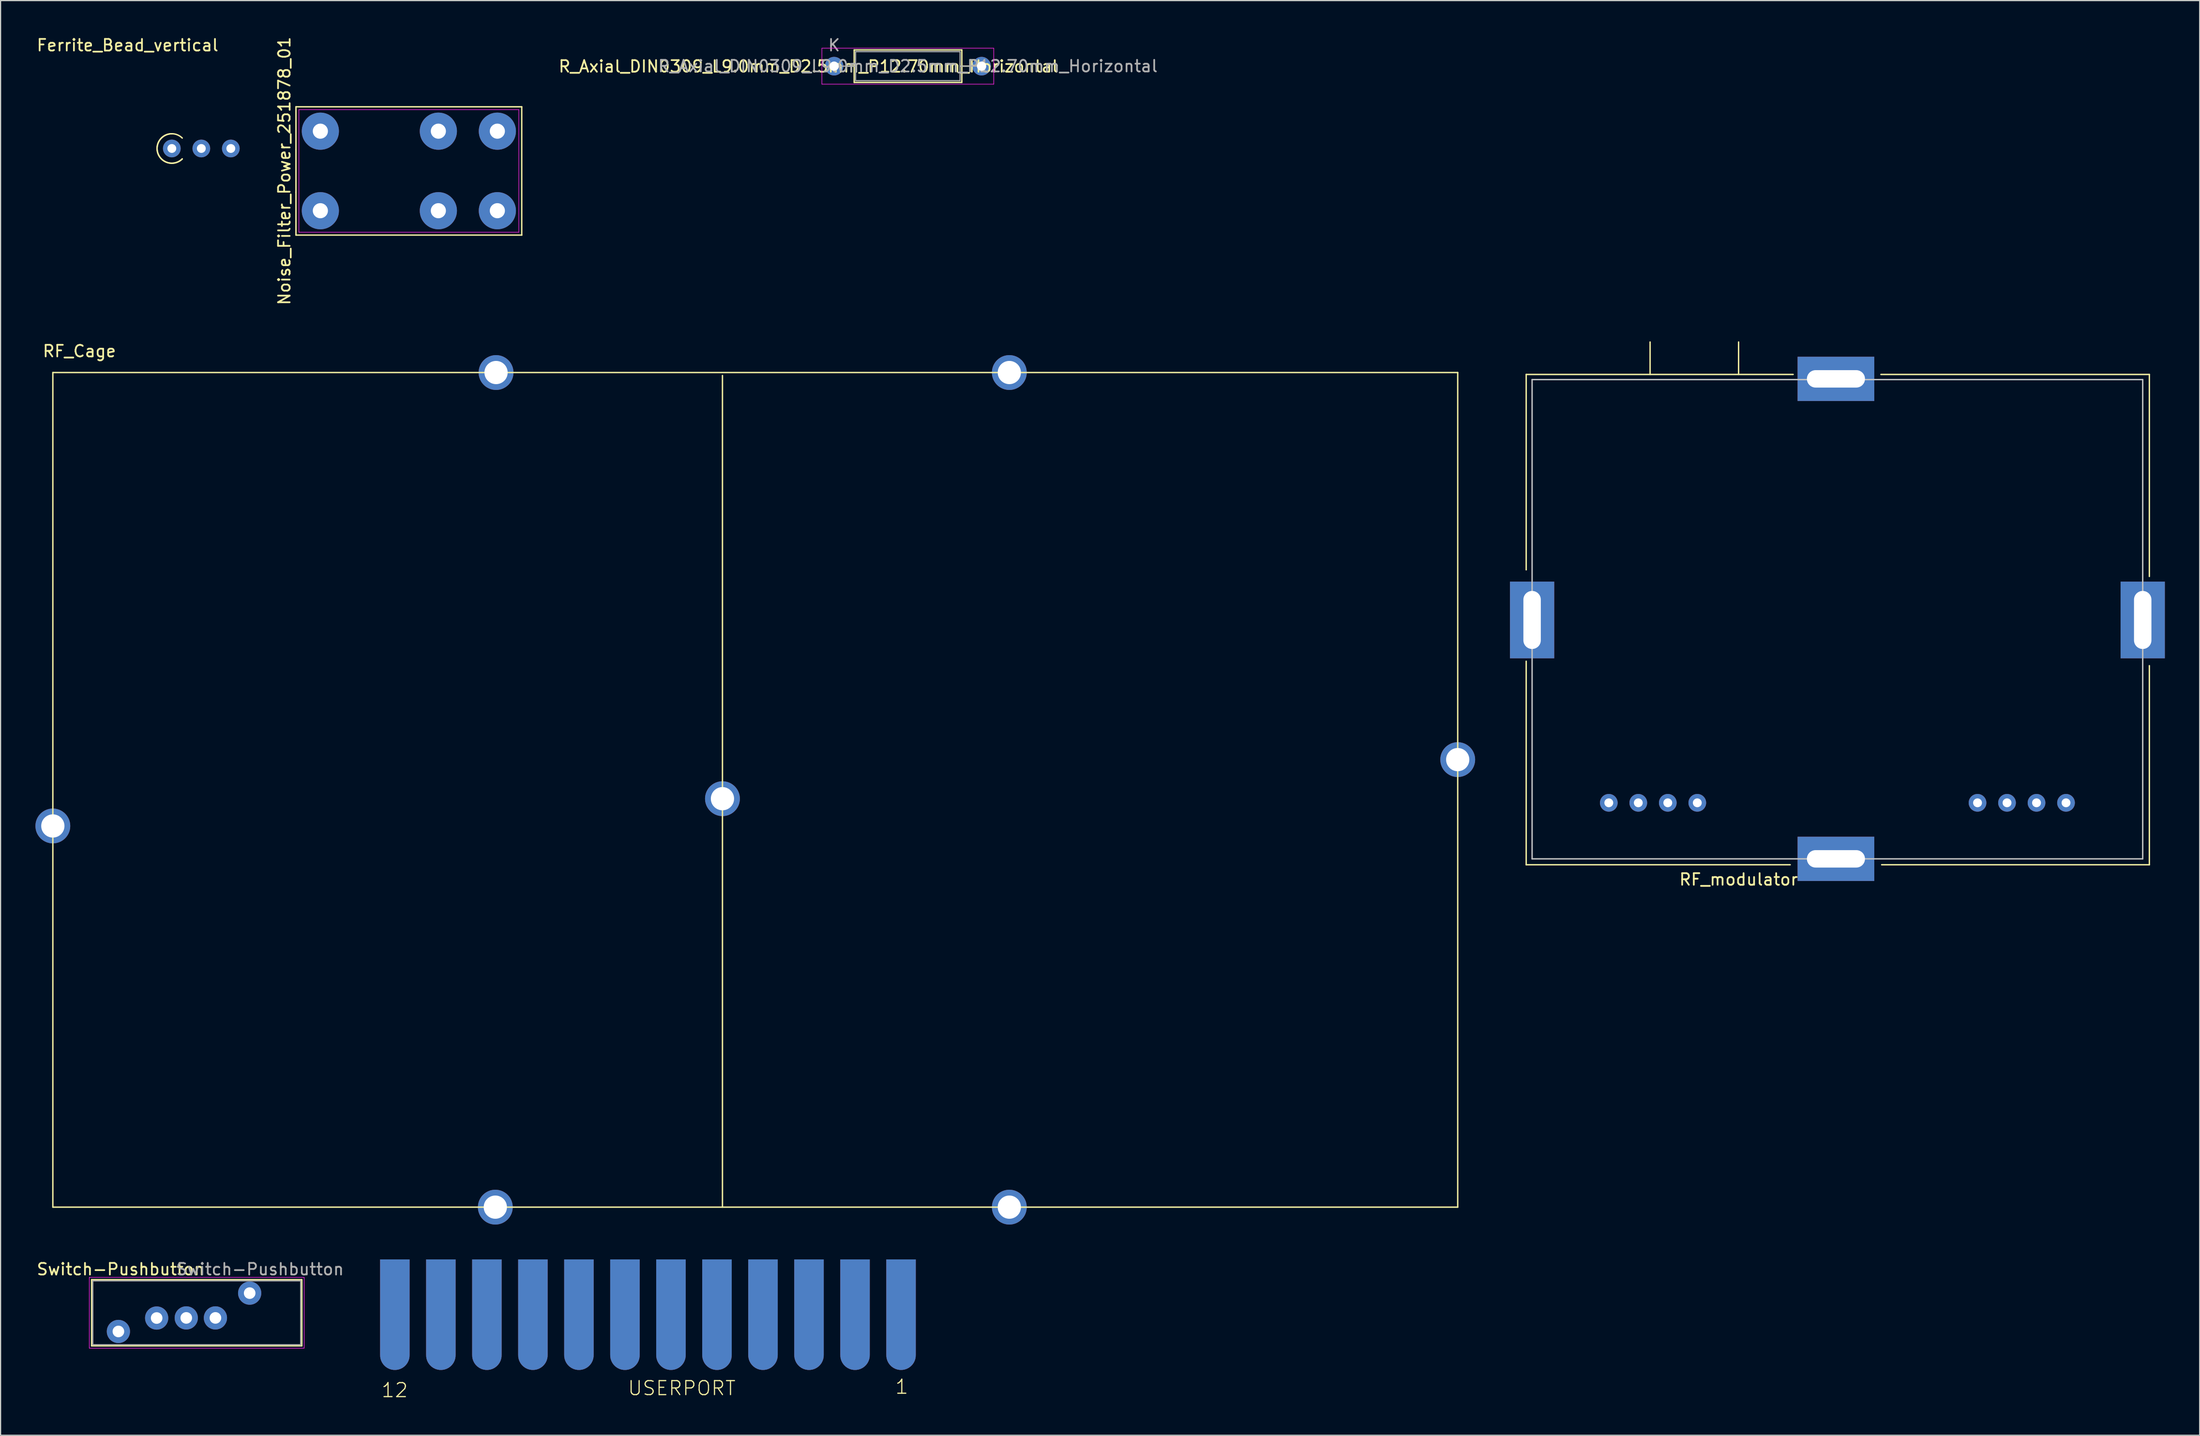
<source format=kicad_pcb>
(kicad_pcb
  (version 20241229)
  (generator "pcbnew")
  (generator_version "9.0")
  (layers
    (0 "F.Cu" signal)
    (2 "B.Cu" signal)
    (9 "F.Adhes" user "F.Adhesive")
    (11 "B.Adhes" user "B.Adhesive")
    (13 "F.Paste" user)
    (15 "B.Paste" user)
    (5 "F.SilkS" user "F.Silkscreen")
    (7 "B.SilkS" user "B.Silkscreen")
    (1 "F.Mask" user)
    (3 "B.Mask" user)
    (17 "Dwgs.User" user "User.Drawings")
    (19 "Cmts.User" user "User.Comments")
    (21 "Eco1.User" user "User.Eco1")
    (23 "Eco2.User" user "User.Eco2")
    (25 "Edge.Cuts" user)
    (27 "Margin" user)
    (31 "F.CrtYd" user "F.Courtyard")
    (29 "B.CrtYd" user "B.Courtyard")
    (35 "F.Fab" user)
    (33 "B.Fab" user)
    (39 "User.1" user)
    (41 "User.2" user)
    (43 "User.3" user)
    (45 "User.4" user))
  (footprint "Switch-Pushbutton"
    (layer "F.Cu")
    (at 9.939 109.465)
    (property "Reference" "Switch-Pushbutton" (at -2.6 -3.2 0) (layer "F.SilkS") (effects (font (size 1 1) (thickness 0.15))))
    (attr through_hole)
    (fp_line (start -5.1 -2.3) (end -5.1 3.4) (stroke (width 0.12) (type solid)) (layer "F.SilkS"))
    (fp_line (start -5.1 -2.3) (end 13 -2.3) (stroke (width 0.12) (type solid)) (layer "F.SilkS"))
    (fp_line (start -5.1 3.4) (end 13 3.4) (stroke (width 0.12) (type solid)) (layer "F.SilkS"))
    (fp_line (start 13 -2.3) (end 13 3.4) (stroke (width 0.12) (type solid)) (layer "F.SilkS"))
    (fp_line (start -5.3 -2.5) (end -5.3 3.6) (stroke (width 0.05) (type solid)) (layer "F.CrtYd"))
    (fp_line (start -5.3 3.6) (end 13.2 3.6) (stroke (width 0.05) (type solid)) (layer "F.CrtYd"))
    (fp_line (start 13.2 -2.5) (end -5.3 -2.5) (stroke (width 0.05) (type solid)) (layer "F.CrtYd"))
    (fp_line (start 13.2 3.6) (end 13.2 -2.5) (stroke (width 0.05) (type solid)) (layer "F.CrtYd"))
    (fp_line (start -5 -2.2) (end -5 3.3) (stroke (width 0.1) (type solid)) (layer "F.Fab"))
    (fp_line (start -5 3.3) (end 12.9 3.3) (stroke (width 0.1) (type solid)) (layer "F.Fab"))
    (fp_line (start 12.9 -2.2) (end -5 -2.2) (stroke (width 0.1) (type solid)) (layer "F.Fab"))
    (fp_line (start 12.9 3.3) (end 12.9 -2.2) (stroke (width 0.1) (type solid)) (layer "F.Fab"))
    (fp_text user "${REFERENCE}" (at 9.4 -3.2 0) (layer "F.Fab") (effects (font (size 1 1) (thickness 0.15))))
    (pad "0" thru_hole circle (at -2.794 2.159) (size 2 2) (drill 1) (layers "*.Cu" "*.Mask"))
    (pad "0" thru_hole circle (at 8.509 -1.143) (size 2 2) (drill 1) (layers "*.Cu" "*.Mask"))
    (pad "1" thru_hole circle (at 0.5 1.002) (size 2 2) (drill 1) (layers "*.Cu" "*.Mask"))
    (pad "2" thru_hole circle (at 3.05 0.992) (size 2 2) (drill 1) (layers "*.Cu" "*.Mask"))
    (pad "3" thru_hole circle (at 5.56 0.992) (size 2 2) (drill 1) (layers "*.Cu" "*.Mask")))
  (footprint "Noise_Filter_Power_251878_01"
    (layer "F.Cu")
    (at 32.155 11.673)
    (property "Reference" "Noise_Filter_Power_251878_01" (at -10.72 0 90) (layer "F.SilkS") (effects (font (size 1 1) (thickness 0.15))))
    (attr through_hole)
    (fp_line (start -9.72 -5.525) (end -9.72 -1.842) (stroke (width 0.12) (type solid)) (layer "F.SilkS"))
    (fp_line (start -9.72 -1.842) (end -9.72 1.842) (stroke (width 0.12) (type solid)) (layer "F.SilkS"))
    (fp_line (start -9.72 1.842) (end -9.72 5.525) (stroke (width 0.12) (type solid)) (layer "F.SilkS"))
    (fp_line (start -9.72 5.525) (end 9.72 5.525) (stroke (width 0.12) (type solid)) (layer "F.SilkS"))
    (fp_line (start 9.72 -5.525) (end -9.72 -5.525) (stroke (width 0.12) (type solid)) (layer "F.SilkS"))
    (fp_line (start 9.72 5.525) (end 9.72 -5.525) (stroke (width 0.12) (type solid)) (layer "F.SilkS"))
    (fp_line (start -9.47 -5.28) (end 9.47 -5.28) (stroke (width 0.05) (type solid)) (layer "F.CrtYd"))
    (fp_line (start -9.47 5.28) (end -9.47 -5.28) (stroke (width 0.05) (type solid)) (layer "F.CrtYd"))
    (fp_line (start 9.47 -5.28) (end 9.47 5.28) (stroke (width 0.05) (type solid)) (layer "F.CrtYd"))
    (fp_line (start 9.47 5.28) (end -9.47 5.28) (stroke (width 0.05) (type solid)) (layer "F.CrtYd"))
    (pad "1" thru_hole circle (at -7.62 3.425) (size 3.2 3.2) (drill 1.3) (layers "*.Cu" "*.Mask"))
    (pad "2" thru_hole circle (at -7.62 -3.425) (size 3.2 3.2) (drill 1.3) (layers "*.Cu" "*.Mask"))
    (pad "3" thru_hole circle (at 2.54 3.425) (size 3.2 3.2) (drill 1.3) (layers "*.Cu" "*.Mask"))
    (pad "4" thru_hole circle (at 2.54 -3.425) (size 3.2 3.2) (drill 1.3) (layers "*.Cu" "*.Mask"))
    (pad "5" thru_hole circle (at 7.62 3.425) (size 3.2 3.2) (drill 1.3) (layers "*.Cu" "*.Mask"))
    (pad "6" thru_hole circle (at 7.62 -3.425) (size 3.2 3.2) (drill 1.3) (layers "*.Cu" "*.Mask")))
  (footprint "R_Axial_DIN0309_L9.0mm_D2.5mm_P12.70mm_Horizontal"
    (layer "F.Cu")
    (at 68.77 2.648)
    (property "Reference" "R_Axial_DIN0309_L9.0mm_D2.5mm_P12.70mm_Horizontal" (at -2.21 0.025 180) (layer "F.SilkS") (effects (font (size 1 1) (thickness 0.15))))
    (attr through_hole)
    (fp_line (start 1.04 0) (end 1.73 0) (stroke (width 0.12) (type solid)) (layer "F.SilkS"))
    (fp_line (start 1.73 -1.4) (end 1.73 1.4) (stroke (width 0.12) (type solid)) (layer "F.SilkS"))
    (fp_line (start 1.73 1.4) (end 11 1.4) (stroke (width 0.12) (type solid)) (layer "F.SilkS"))
    (fp_line (start 11 -1.4) (end 1.73 -1.4) (stroke (width 0.12) (type solid)) (layer "F.SilkS"))
    (fp_line (start 11 1.4) (end 11 -1.4) (stroke (width 0.12) (type solid)) (layer "F.SilkS"))
    (fp_line (start 11.66 0) (end 10.97 0) (stroke (width 0.12) (type solid)) (layer "F.SilkS"))
    (fp_line (start -1.05 -1.55) (end -1.05 1.55) (stroke (width 0.05) (type solid)) (layer "F.CrtYd"))
    (fp_line (start -1.05 1.55) (end 13.75 1.55) (stroke (width 0.05) (type solid)) (layer "F.CrtYd"))
    (fp_line (start 13.75 -1.55) (end -1.05 -1.55) (stroke (width 0.05) (type solid)) (layer "F.CrtYd"))
    (fp_line (start 13.75 1.55) (end 13.75 -1.55) (stroke (width 0.05) (type solid)) (layer "F.CrtYd"))
    (fp_line (start 0 0) (end 1.85 0) (stroke (width 0.1) (type solid)) (layer "F.Fab"))
    (fp_line (start 1.85 -1.25) (end 1.85 1.25) (stroke (width 0.1) (type solid)) (layer "F.Fab"))
    (fp_line (start 1.85 1.25) (end 10.85 1.25) (stroke (width 0.1) (type solid)) (layer "F.Fab"))
    (fp_line (start 10.85 -1.25) (end 1.85 -1.25) (stroke (width 0.1) (type solid)) (layer "F.Fab"))
    (fp_line (start 10.85 1.25) (end 10.85 -1.25) (stroke (width 0.1) (type solid)) (layer "F.Fab"))
    (fp_line (start 12.7 0) (end 10.85 0) (stroke (width 0.1) (type solid)) (layer "F.Fab"))
    (fp_text user "K" (at 0 -1.8 180) (layer "F.Fab") (effects (font (size 1 1) (thickness 0.15))))
    (fp_text user "${REFERENCE}" (at 6.35 0 180) (layer "F.Fab") (effects (font (size 1 1) (thickness 0.15))))
    (pad "1" thru_hole circle (at 0 0) (size 1.6 1.6) (drill 0.8) (layers "*.Cu" "*.Mask"))
    (pad "2" thru_hole oval (at 12.7 0) (size 1.6 1.6) (drill 0.8) (layers "*.Cu" "*.Mask")))
  (footprint "RF_Cage"
    (layer "F.Cu")
    (at 1.5 100.917)
    (property "Reference" "RF_Cage" (at 2.286 -73.724 0) (layer "F.SilkS") (effects (font (size 1 1) (thickness 0.15))))
    (attr through_hole)
    (fp_line (start 0 -71.882) (end 120.968 -71.882) (stroke (width 0.12) (type solid)) (layer "F.SilkS"))
    (fp_line (start 0 0) (end 0 -71.882) (stroke (width 0.12) (type solid)) (layer "F.SilkS"))
    (fp_line (start 57.658 -71.628) (end 57.658 0) (stroke (width 0.12) (type solid)) (layer "F.SilkS"))
    (fp_line (start 120.968 -71.882) (end 120.968 0) (stroke (width 0.12) (type solid)) (layer "F.SilkS"))
    (fp_line (start 120.968 0) (end 0 0) (stroke (width 0.12) (type solid)) (layer "F.SilkS"))
    (pad "1" thru_hole circle (at 0 -32.83) (size 3 3) (drill 2) (layers "*.Cu" "*.Mask"))
    (pad "1" thru_hole circle (at 38.1 0) (size 3 3) (drill 2) (layers "*.Cu" "*.Mask"))
    (pad "1" thru_hole circle (at 38.163 -71.882) (size 3 3) (drill 2) (layers "*.Cu" "*.Mask"))
    (pad "1" thru_hole circle (at 57.658 -35.179) (size 3 3) (drill 2) (layers "*.Cu" "*.Mask"))
    (pad "1" thru_hole circle (at 82.359 -71.882) (size 3 3) (drill 2) (layers "*.Cu" "*.Mask"))
    (pad "1" thru_hole circle (at 82.359 0) (size 3 3) (drill 2) (layers "*.Cu" "*.Mask"))
    (pad "1" thru_hole circle (at 120.968 -38.544) (size 3 3) (drill 2) (layers "*.Cu" "*.Mask")))
  (footprint "RF_modulator"
    (layer "F.Cu")
    (at 128.873 70.919)
    (property "Reference" "RF_modulator" (at 17.78 1.778 0) (layer "F.SilkS") (effects (font (size 1 1) (thickness 0.15))))
    (attr through_hole)
    (fp_line (start -0.508 -41.719) (end 22.479 -41.719) (stroke (width 0.12) (type solid)) (layer "F.SilkS"))
    (fp_line (start -0.508 -24.892) (end -0.508 -41.719) (stroke (width 0.12) (type solid)) (layer "F.SilkS"))
    (fp_line (start -0.508 0.508) (end -0.508 -17.018) (stroke (width 0.12) (type solid)) (layer "F.SilkS"))
    (fp_line (start 10.16 -41.719) (end 10.16 -44.514) (stroke (width 0.12) (type solid)) (layer "F.SilkS"))
    (fp_line (start 17.78 -41.719) (end 17.78 -44.514) (stroke (width 0.12) (type solid)) (layer "F.SilkS"))
    (fp_line (start 22.225 0.508) (end -0.508 0.508) (stroke (width 0.12) (type solid)) (layer "F.SilkS"))
    (fp_line (start 30.099 0.508) (end 53.15 0.508) (stroke (width 0.12) (type solid)) (layer "F.SilkS"))
    (fp_line (start 53.15 -41.719) (end 30.035 -41.719) (stroke (width 0.12) (type solid)) (layer "F.SilkS"))
    (fp_line (start 53.15 -24.32) (end 53.15 -41.719) (stroke (width 0.12) (type solid)) (layer "F.SilkS"))
    (fp_line (start 53.15 -16.637) (end 53.15 0.508) (stroke (width 0.12) (type solid)) (layer "F.SilkS"))
    (fp_line (start 0 -41.275) (end 0 0) (stroke (width 0.12) (type solid)) (layer "Dwgs.User"))
    (fp_line (start 0 0) (end 52.578 0) (stroke (width 0.12) (type solid)) (layer "Dwgs.User"))
    (fp_line (start 52.578 -41.275) (end 0 -41.275) (stroke (width 0.12) (type solid)) (layer "Dwgs.User"))
    (fp_line (start 52.578 0) (end 52.578 -41.275) (stroke (width 0.12) (type solid)) (layer "Dwgs.User"))
    (pad "" np_thru_hole rect (at 0 -20.574 90) (size 6.604 3.81) (drill oval 5 1.5) (layers "*.Cu" "*.Mask"))
    (pad "" np_thru_hole rect (at 26.162 -41.339) (size 6.604 3.81) (drill oval 5 1.5) (layers "*.Cu" "*.Mask"))
    (pad "" np_thru_hole rect (at 26.162 0) (size 6.604 3.81) (drill oval 5 1.5) (layers "*.Cu" "*.Mask"))
    (pad "" np_thru_hole rect (at 52.578 -20.574 90) (size 6.604 3.81) (drill oval 5 1.5) (layers "*.Cu" "*.Mask"))
    (pad "1" thru_hole circle (at 45.974 -4.826) (size 1.524 1.524) (drill 0.762) (layers "*.Cu" "*.Mask"))
    (pad "2" thru_hole circle (at 43.434 -4.826) (size 1.524 1.524) (drill 0.762) (layers "*.Cu" "*.Mask"))
    (pad "3" thru_hole circle (at 40.894 -4.826) (size 1.524 1.524) (drill 0.762) (layers "*.Cu" "*.Mask"))
    (pad "4" thru_hole circle (at 38.354 -4.826) (size 1.524 1.524) (drill 0.762) (layers "*.Cu" "*.Mask"))
    (pad "5" thru_hole circle (at 14.224 -4.826) (size 1.524 1.524) (drill 0.762) (layers "*.Cu" "*.Mask"))
    (pad "6" thru_hole circle (at 11.684 -4.826) (size 1.524 1.524) (drill 0.762) (layers "*.Cu" "*.Mask"))
    (pad "7" thru_hole circle (at 9.144 -4.826) (size 1.524 1.524) (drill 0.762) (layers "*.Cu" "*.Mask"))
    (pad "8" thru_hole circle (at 6.604 -4.826) (size 1.524 1.524) (drill 0.762) (layers "*.Cu" "*.Mask")))
  (footprint "USERPORT"
    (layer "F.Cu")
    (at 52.742 113.672)
    (property "Reference" "USERPORT" (at -1.803 3.543 0) (layer "F.SilkS") (effects (font (size 1.206 1.206) (thickness 0.102)) (justify left bottom)))
    (attr through_hole)
    (fp_text user "1" (at 21.858 2.718 0) (layer "F.SilkS") (effects (font (size 1.206 1.206) (thickness 0.102))))
    (fp_text user "12" (at -21.806 3.01 0) (layer "F.SilkS") (effects (font (size 1.206 1.206) (thickness 0.102))))
    (pad "1" connect custom (at 21.793 0) (size 2.54 2.54) (layers "F.Cu" "F.Mask") (options (anchor circle)) (primitives (gr_poly (pts (xy -1.27 0) (xy 1.27 0) (xy 1.27 -8.255) (xy -1.27 -8.255)) (width 0) (fill yes))))
    (pad "2" connect custom (at 17.831 0) (size 2.54 2.54) (layers "F.Cu" "F.Mask") (options (anchor circle)) (primitives (gr_poly (pts (xy -1.27 0) (xy 1.27 0) (xy 1.27 -8.255) (xy -1.27 -8.255)) (width 0) (fill yes))))
    (pad "3" connect custom (at 13.868 0) (size 2.54 2.54) (layers "F.Cu" "F.Mask") (options (anchor circle)) (primitives (gr_poly (pts (xy -1.27 0) (xy 1.27 0) (xy 1.27 -8.255) (xy -1.27 -8.255)) (width 0) (fill yes))))
    (pad "4" connect custom (at 9.906 0) (size 2.54 2.54) (layers "F.Cu" "F.Mask") (options (anchor circle)) (primitives (gr_poly (pts (xy -1.27 0) (xy 1.27 0) (xy 1.27 -8.255) (xy -1.27 -8.255)) (width 0) (fill yes))))
    (pad "5" connect custom (at 5.944 0) (size 2.54 2.54) (layers "F.Cu" "F.Mask") (options (anchor circle)) (primitives (gr_poly (pts (xy -1.27 0) (xy 1.27 0) (xy 1.27 -8.255) (xy -1.27 -8.255)) (width 0) (fill yes))))
    (pad "6" connect custom (at 1.981 0) (size 2.54 2.54) (layers "F.Cu" "F.Mask") (options (anchor circle)) (primitives (gr_poly (pts (xy -1.27 0) (xy 1.27 0) (xy 1.27 -8.255) (xy -1.27 -8.255)) (width 0) (fill yes))))
    (pad "7" connect custom (at -1.981 0) (size 2.54 2.54) (layers "F.Cu" "F.Mask") (options (anchor circle)) (primitives (gr_poly (pts (xy -1.27 0) (xy 1.27 0) (xy 1.27 -8.255) (xy -1.27 -8.255)) (width 0) (fill yes))))
    (pad "8" connect custom (at -5.944 0) (size 2.54 2.54) (layers "F.Cu" "F.Mask") (options (anchor circle)) (primitives (gr_poly (pts (xy -1.27 0) (xy 1.27 0) (xy 1.27 -8.255) (xy -1.27 -8.255)) (width 0) (fill yes))))
    (pad "9" connect custom (at -9.906 0) (size 2.54 2.54) (layers "F.Cu" "F.Mask") (options (anchor circle)) (primitives (gr_poly (pts (xy -1.27 0) (xy 1.27 0) (xy 1.27 -8.255) (xy -1.27 -8.255)) (width 0) (fill yes))))
    (pad "10" connect custom (at -13.868 0) (size 2.54 2.54) (layers "F.Cu" "F.Mask") (options (anchor circle)) (primitives (gr_poly (pts (xy -1.27 0) (xy 1.27 0) (xy 1.27 -8.255) (xy -1.27 -8.255)) (width 0) (fill yes))))
    (pad "11" connect custom (at -17.831 0) (size 2.54 2.54) (layers "F.Cu" "F.Mask") (options (anchor circle)) (primitives (gr_poly (pts (xy -1.27 0) (xy 1.27 0) (xy 1.27 -8.255) (xy -1.27 -8.255)) (width 0) (fill yes))))
    (pad "12" connect custom (at -21.793 0) (size 2.54 2.54) (layers "F.Cu" "F.Mask") (options (anchor circle)) (primitives (gr_poly (pts (xy -1.27 0) (xy 1.27 0) (xy 1.27 -8.255) (xy -1.27 -8.255)) (width 0) (fill yes))))
    (pad "A" connect custom (at 21.793 0) (size 2.54 2.54) (layers "B.Cu" "B.Mask") (options (anchor circle)) (primitives (gr_poly (pts (xy -1.27 0) (xy 1.27 0) (xy 1.27 -8.255) (xy -1.27 -8.255)) (width 0) (fill yes))))
    (pad "B" connect custom (at 17.831 0) (size 2.54 2.54) (layers "B.Cu" "B.Mask") (options (anchor circle)) (primitives (gr_poly (pts (xy -1.27 0) (xy 1.27 0) (xy 1.27 -8.255) (xy -1.27 -8.255)) (width 0) (fill yes))))
    (pad "C" connect custom (at 13.868 0) (size 2.54 2.54) (layers "B.Cu" "B.Mask") (options (anchor circle)) (primitives (gr_poly (pts (xy -1.27 0) (xy 1.27 0) (xy 1.27 -8.255) (xy -1.27 -8.255)) (width 0) (fill yes))))
    (pad "D" connect custom (at 9.906 0) (size 2.54 2.54) (layers "B.Cu" "B.Mask") (options (anchor circle)) (primitives (gr_poly (pts (xy -1.27 0) (xy 1.27 0) (xy 1.27 -8.255) (xy -1.27 -8.255)) (width 0) (fill yes))))
    (pad "E" connect custom (at 5.944 0) (size 2.54 2.54) (layers "B.Cu" "B.Mask") (options (anchor circle)) (primitives (gr_poly (pts (xy -1.27 0) (xy 1.27 0) (xy 1.27 -8.255) (xy -1.27 -8.255)) (width 0) (fill yes))))
    (pad "F" connect custom (at 1.981 0) (size 2.54 2.54) (layers "B.Cu" "B.Mask") (options (anchor circle)) (primitives (gr_poly (pts (xy -1.27 0) (xy 1.27 0) (xy 1.27 -8.255) (xy -1.27 -8.255)) (width 0) (fill yes))))
    (pad "H" connect custom (at -1.981 0) (size 2.54 2.54) (layers "B.Cu" "B.Mask") (options (anchor circle)) (primitives (gr_poly (pts (xy -1.27 0) (xy 1.27 0) (xy 1.27 -8.255) (xy -1.27 -8.255)) (width 0) (fill yes))))
    (pad "J" connect custom (at -5.944 0) (size 2.54 2.54) (layers "B.Cu" "B.Mask") (options (anchor circle)) (primitives (gr_poly (pts (xy -1.27 0) (xy 1.27 0) (xy 1.27 -8.255) (xy -1.27 -8.255)) (width 0) (fill yes))))
    (pad "K" connect custom (at -9.906 0) (size 2.54 2.54) (layers "B.Cu" "B.Mask") (options (anchor circle)) (primitives (gr_poly (pts (xy -1.27 0) (xy 1.27 0) (xy 1.27 -8.255) (xy -1.27 -8.255)) (width 0) (fill yes))))
    (pad "L" connect custom (at -13.868 0) (size 2.54 2.54) (layers "B.Cu" "B.Mask") (options (anchor circle)) (primitives (gr_poly (pts (xy -1.27 0) (xy 1.27 0) (xy 1.27 -8.255) (xy -1.27 -8.255)) (width 0) (fill yes))))
    (pad "M" connect custom (at -17.831 0) (size 2.54 2.54) (layers "B.Cu" "B.Mask") (options (anchor circle)) (primitives (gr_poly (pts (xy -1.27 0) (xy 1.27 0) (xy 1.27 -8.255) (xy -1.27 -8.255)) (width 0) (fill yes))))
    (pad "N" connect custom (at -21.793 0) (size 2.54 2.54) (layers "B.Cu" "B.Mask") (options (anchor circle)) (primitives (gr_poly (pts (xy -1.27 0) (xy 1.27 0) (xy 1.27 -8.255) (xy -1.27 -8.255)) (width 0) (fill yes)))))
  (footprint "Ferrite_Bead_vertical"
    (layer "F.Cu")
    (at 11.745 9.738)
    (property "Reference" "Ferrite_Bead_vertical" (at -3.81 -8.89 0) (layer "F.SilkS") (effects (font (size 1 1) (thickness 0.15))))
    (attr through_hole)
    (fp_arc (start 0 -1.27) (mid 0.486008 -1.173327) (end 0.898026 -0.898026) (stroke (width 0.12) (type solid)) (layer "F.SilkS"))
    (fp_arc (start 0 1.27) (mid -1.27 0) (end 0 -1.27) (stroke (width 0.12) (type solid)) (layer "F.SilkS"))
    (fp_arc (start 0.898026 0.898026) (mid -1.173328 0.486008) (end 0 -1.27) (stroke (width 0.12) (type solid)) (layer "F.SilkS"))
    (fp_arc (start 0.898026 0.898026) (mid 0.486008 1.173328) (end 0 1.27) (stroke (width 0.12) (type solid)) (layer "F.SilkS"))
    (pad "1" thru_hole circle (at 0 0) (size 1.524 1.524) (drill 0.762) (layers "*.Cu" "*.Mask"))
    (pad "2" thru_hole circle (at 5.08 0) (size 1.524 1.524) (drill 0.762) (layers "*.Cu" "*.Mask"))
    (pad "3" thru_hole circle (at 2.54 0) (size 1.524 1.524) (drill 0.762) (layers "*.Cu" "*.Mask")))
  (gr_rect
    (start -3 -3)
    (end 186.356 120.566)
    (stroke (width 0.1) (type default))
    (fill no)
    (layer "Edge.Cuts")))
</source>
